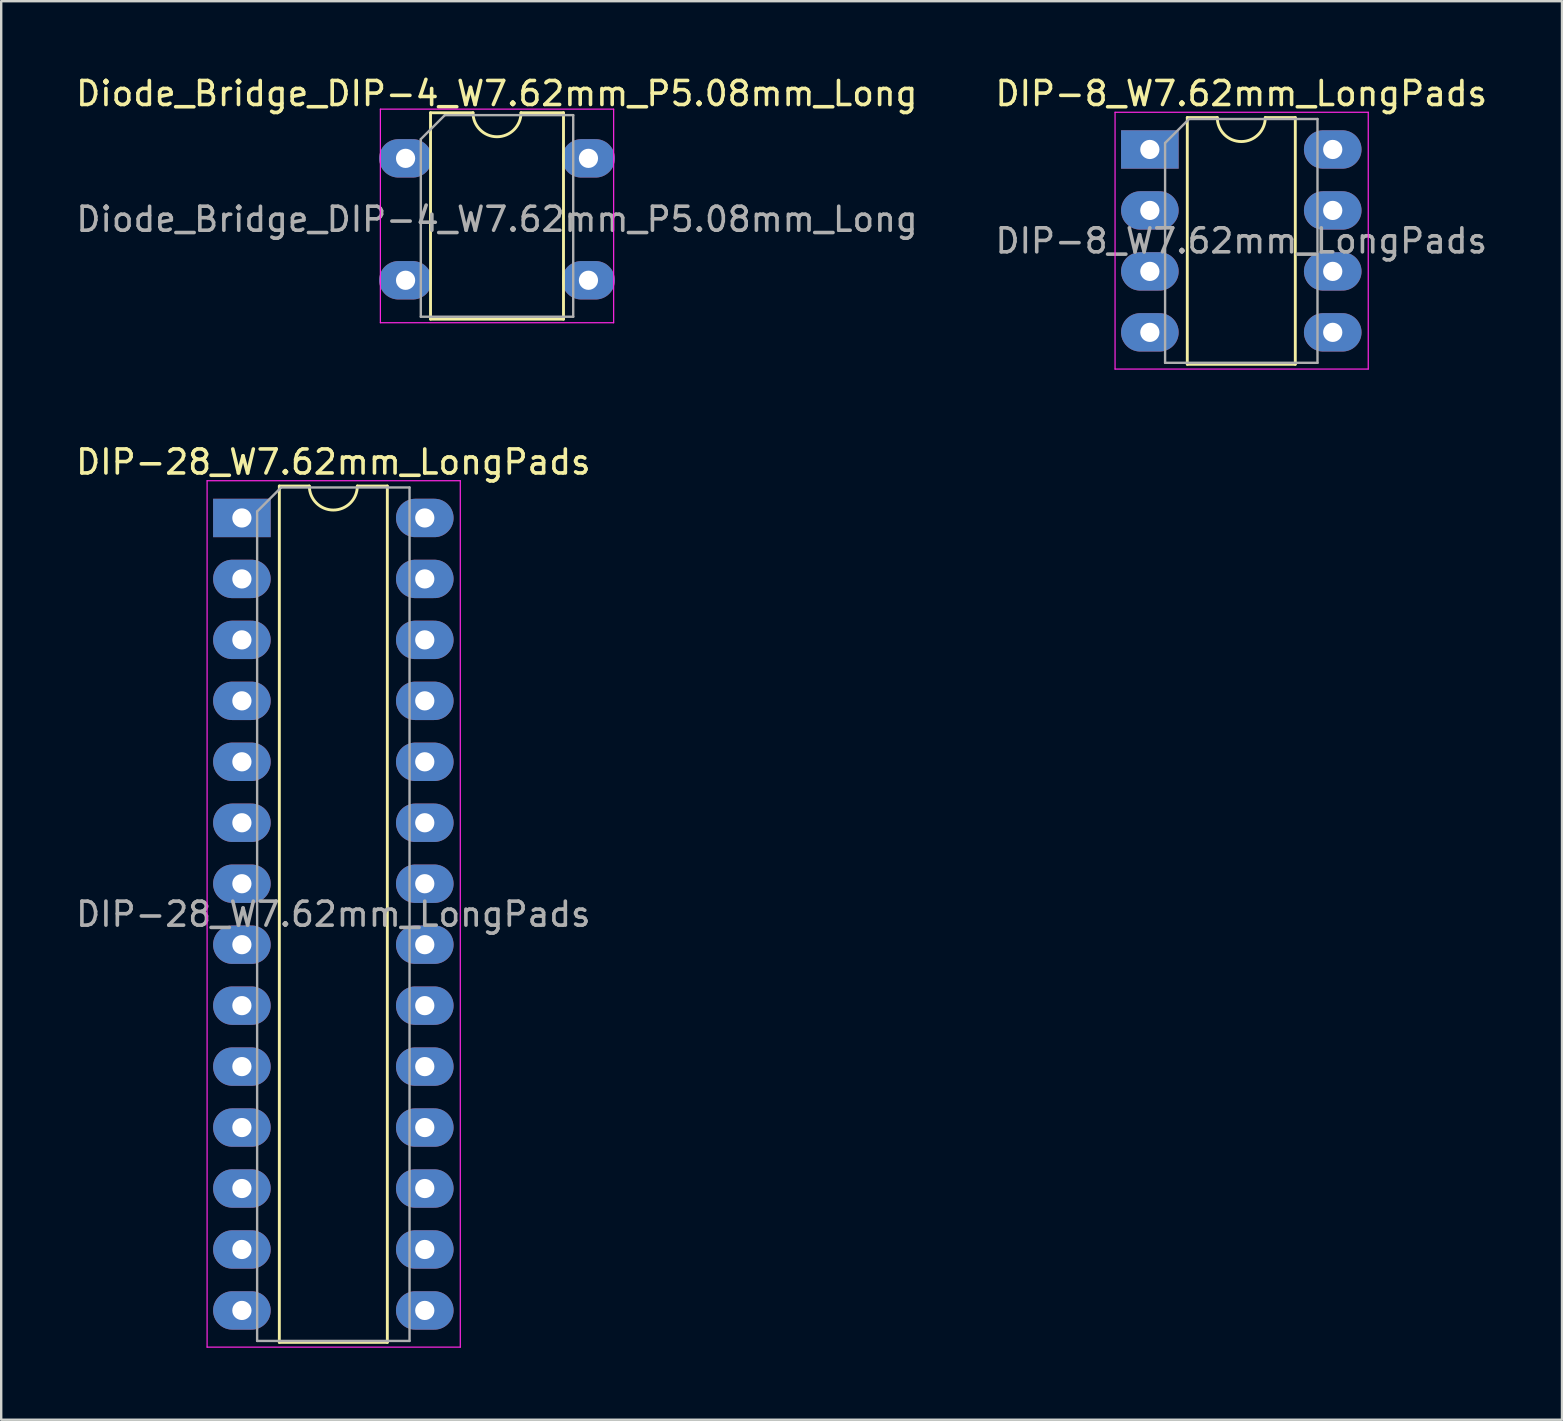
<source format=kicad_pcb>
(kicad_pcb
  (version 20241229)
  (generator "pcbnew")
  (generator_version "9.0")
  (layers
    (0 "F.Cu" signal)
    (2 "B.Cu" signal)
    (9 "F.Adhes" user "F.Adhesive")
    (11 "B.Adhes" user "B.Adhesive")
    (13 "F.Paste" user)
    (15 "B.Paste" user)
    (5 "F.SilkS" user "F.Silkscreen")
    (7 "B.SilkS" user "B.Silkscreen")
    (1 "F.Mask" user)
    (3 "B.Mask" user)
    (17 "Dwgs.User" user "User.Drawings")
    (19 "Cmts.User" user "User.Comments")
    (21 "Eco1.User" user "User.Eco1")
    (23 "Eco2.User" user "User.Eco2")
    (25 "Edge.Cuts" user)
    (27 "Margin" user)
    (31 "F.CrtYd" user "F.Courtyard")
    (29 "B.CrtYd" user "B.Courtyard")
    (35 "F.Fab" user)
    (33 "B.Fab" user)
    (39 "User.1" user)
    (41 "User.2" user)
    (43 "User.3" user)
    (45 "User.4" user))
  (footprint "DIP-28_W7.62mm_LongPads"
    (layer "F.Cu")
    (at 7.029 18.532)
    (property "Reference" "DIP-28_W7.62mm_LongPads" (at 3.81 -2.33 0) (layer "F.SilkS") (effects (font (size 1 1) (thickness 0.15))))
    (attr through_hole)
    (fp_line (start 1.56 -1.33) (end 1.56 34.35) (stroke (width 0.12) (type solid)) (layer "F.SilkS"))
    (fp_line (start 1.56 34.35) (end 6.06 34.35) (stroke (width 0.12) (type solid)) (layer "F.SilkS"))
    (fp_line (start 2.81 -1.33) (end 1.56 -1.33) (stroke (width 0.12) (type solid)) (layer "F.SilkS"))
    (fp_line (start 6.06 -1.33) (end 4.81 -1.33) (stroke (width 0.12) (type solid)) (layer "F.SilkS"))
    (fp_line (start 6.06 34.35) (end 6.06 -1.33) (stroke (width 0.12) (type solid)) (layer "F.SilkS"))
    (fp_arc (start 4.81 -1.33) (mid 3.81 -0.33) (end 2.81 -1.33) (stroke (width 0.12) (type solid)) (layer "F.SilkS"))
    (fp_line (start -1.45 -1.55) (end -1.45 34.55) (stroke (width 0.05) (type solid)) (layer "F.CrtYd"))
    (fp_line (start -1.45 34.55) (end 9.1 34.55) (stroke (width 0.05) (type solid)) (layer "F.CrtYd"))
    (fp_line (start 9.1 -1.55) (end -1.45 -1.55) (stroke (width 0.05) (type solid)) (layer "F.CrtYd"))
    (fp_line (start 9.1 34.55) (end 9.1 -1.55) (stroke (width 0.05) (type solid)) (layer "F.CrtYd"))
    (fp_line (start 0.635 -0.27) (end 1.635 -1.27) (stroke (width 0.1) (type solid)) (layer "F.Fab"))
    (fp_line (start 0.635 34.29) (end 0.635 -0.27) (stroke (width 0.1) (type solid)) (layer "F.Fab"))
    (fp_line (start 1.635 -1.27) (end 6.985 -1.27) (stroke (width 0.1) (type solid)) (layer "F.Fab"))
    (fp_line (start 6.985 -1.27) (end 6.985 34.29) (stroke (width 0.1) (type solid)) (layer "F.Fab"))
    (fp_line (start 6.985 34.29) (end 0.635 34.29) (stroke (width 0.1) (type solid)) (layer "F.Fab"))
    (fp_text user "${REFERENCE}" (at 3.81 16.51 0) (layer "F.Fab") (effects (font (size 1 1) (thickness 0.15))))
    (pad "1" thru_hole rect (at 0 0) (size 2.4 1.6) (drill 0.8) (layers "*.Cu" "*.Mask"))
    (pad "2" thru_hole oval (at 0 2.54) (size 2.4 1.6) (drill 0.8) (layers "*.Cu" "*.Mask"))
    (pad "3" thru_hole oval (at 0 5.08) (size 2.4 1.6) (drill 0.8) (layers "*.Cu" "*.Mask"))
    (pad "4" thru_hole oval (at 0 7.62) (size 2.4 1.6) (drill 0.8) (layers "*.Cu" "*.Mask"))
    (pad "5" thru_hole oval (at 0 10.16) (size 2.4 1.6) (drill 0.8) (layers "*.Cu" "*.Mask"))
    (pad "6" thru_hole oval (at 0 12.7) (size 2.4 1.6) (drill 0.8) (layers "*.Cu" "*.Mask"))
    (pad "7" thru_hole oval (at 0 15.24) (size 2.4 1.6) (drill 0.8) (layers "*.Cu" "*.Mask"))
    (pad "8" thru_hole oval (at 0 17.78) (size 2.4 1.6) (drill 0.8) (layers "*.Cu" "*.Mask"))
    (pad "9" thru_hole oval (at 0 20.32) (size 2.4 1.6) (drill 0.8) (layers "*.Cu" "*.Mask"))
    (pad "10" thru_hole oval (at 0 22.86) (size 2.4 1.6) (drill 0.8) (layers "*.Cu" "*.Mask"))
    (pad "11" thru_hole oval (at 0 25.4) (size 2.4 1.6) (drill 0.8) (layers "*.Cu" "*.Mask"))
    (pad "12" thru_hole oval (at 0 27.94) (size 2.4 1.6) (drill 0.8) (layers "*.Cu" "*.Mask"))
    (pad "13" thru_hole oval (at 0 30.48) (size 2.4 1.6) (drill 0.8) (layers "*.Cu" "*.Mask"))
    (pad "14" thru_hole oval (at 0 33.02) (size 2.4 1.6) (drill 0.8) (layers "*.Cu" "*.Mask"))
    (pad "15" thru_hole oval (at 7.62 33.02) (size 2.4 1.6) (drill 0.8) (layers "*.Cu" "*.Mask"))
    (pad "16" thru_hole oval (at 7.62 30.48) (size 2.4 1.6) (drill 0.8) (layers "*.Cu" "*.Mask"))
    (pad "17" thru_hole oval (at 7.62 27.94) (size 2.4 1.6) (drill 0.8) (layers "*.Cu" "*.Mask"))
    (pad "18" thru_hole oval (at 7.62 25.4) (size 2.4 1.6) (drill 0.8) (layers "*.Cu" "*.Mask"))
    (pad "19" thru_hole oval (at 7.62 22.86) (size 2.4 1.6) (drill 0.8) (layers "*.Cu" "*.Mask"))
    (pad "20" thru_hole oval (at 7.62 20.32) (size 2.4 1.6) (drill 0.8) (layers "*.Cu" "*.Mask"))
    (pad "21" thru_hole oval (at 7.62 17.78) (size 2.4 1.6) (drill 0.8) (layers "*.Cu" "*.Mask"))
    (pad "22" thru_hole oval (at 7.62 15.24) (size 2.4 1.6) (drill 0.8) (layers "*.Cu" "*.Mask"))
    (pad "23" thru_hole oval (at 7.62 12.7) (size 2.4 1.6) (drill 0.8) (layers "*.Cu" "*.Mask"))
    (pad "24" thru_hole oval (at 7.62 10.16) (size 2.4 1.6) (drill 0.8) (layers "*.Cu" "*.Mask"))
    (pad "25" thru_hole oval (at 7.62 7.62) (size 2.4 1.6) (drill 0.8) (layers "*.Cu" "*.Mask"))
    (pad "26" thru_hole oval (at 7.62 5.08) (size 2.4 1.6) (drill 0.8) (layers "*.Cu" "*.Mask"))
    (pad "27" thru_hole oval (at 7.62 2.54) (size 2.4 1.6) (drill 0.8) (layers "*.Cu" "*.Mask"))
    (pad "28" thru_hole oval (at 7.62 0) (size 2.4 1.6) (drill 0.8) (layers "*.Cu" "*.Mask")))
  (footprint "DIP-8_W7.62mm_LongPads"
    (layer "F.Cu")
    (at 44.861 3.178)
    (property "Reference" "DIP-8_W7.62mm_LongPads" (at 3.81 -2.33 0) (layer "F.SilkS") (effects (font (size 1 1) (thickness 0.15))))
    (attr through_hole)
    (fp_line (start 1.56 -1.33) (end 1.56 8.95) (stroke (width 0.12) (type solid)) (layer "F.SilkS"))
    (fp_line (start 1.56 8.95) (end 6.06 8.95) (stroke (width 0.12) (type solid)) (layer "F.SilkS"))
    (fp_line (start 2.81 -1.33) (end 1.56 -1.33) (stroke (width 0.12) (type solid)) (layer "F.SilkS"))
    (fp_line (start 6.06 -1.33) (end 4.81 -1.33) (stroke (width 0.12) (type solid)) (layer "F.SilkS"))
    (fp_line (start 6.06 8.95) (end 6.06 -1.33) (stroke (width 0.12) (type solid)) (layer "F.SilkS"))
    (fp_arc (start 4.81 -1.33) (mid 3.81 -0.33) (end 2.81 -1.33) (stroke (width 0.12) (type solid)) (layer "F.SilkS"))
    (fp_line (start -1.45 -1.55) (end -1.45 9.15) (stroke (width 0.05) (type solid)) (layer "F.CrtYd"))
    (fp_line (start -1.45 9.15) (end 9.1 9.15) (stroke (width 0.05) (type solid)) (layer "F.CrtYd"))
    (fp_line (start 9.1 -1.55) (end -1.45 -1.55) (stroke (width 0.05) (type solid)) (layer "F.CrtYd"))
    (fp_line (start 9.1 9.15) (end 9.1 -1.55) (stroke (width 0.05) (type solid)) (layer "F.CrtYd"))
    (fp_line (start 0.635 -0.27) (end 1.635 -1.27) (stroke (width 0.1) (type solid)) (layer "F.Fab"))
    (fp_line (start 0.635 8.89) (end 0.635 -0.27) (stroke (width 0.1) (type solid)) (layer "F.Fab"))
    (fp_line (start 1.635 -1.27) (end 6.985 -1.27) (stroke (width 0.1) (type solid)) (layer "F.Fab"))
    (fp_line (start 6.985 -1.27) (end 6.985 8.89) (stroke (width 0.1) (type solid)) (layer "F.Fab"))
    (fp_line (start 6.985 8.89) (end 0.635 8.89) (stroke (width 0.1) (type solid)) (layer "F.Fab"))
    (fp_text user "${REFERENCE}" (at 3.81 3.81 0) (layer "F.Fab") (effects (font (size 1 1) (thickness 0.15))))
    (pad "1" thru_hole rect (at 0 0) (size 2.4 1.6) (drill 0.8) (layers "*.Cu" "*.Mask"))
    (pad "2" thru_hole oval (at 0 2.54) (size 2.4 1.6) (drill 0.8) (layers "*.Cu" "*.Mask"))
    (pad "3" thru_hole oval (at 0 5.08) (size 2.4 1.6) (drill 0.8) (layers "*.Cu" "*.Mask"))
    (pad "4" thru_hole oval (at 0 7.62) (size 2.4 1.6) (drill 0.8) (layers "*.Cu" "*.Mask"))
    (pad "5" thru_hole oval (at 7.62 7.62) (size 2.4 1.6) (drill 0.8) (layers "*.Cu" "*.Mask"))
    (pad "6" thru_hole oval (at 7.62 5.08) (size 2.4 1.6) (drill 0.8) (layers "*.Cu" "*.Mask"))
    (pad "7" thru_hole oval (at 7.62 2.54) (size 2.4 1.6) (drill 0.8) (layers "*.Cu" "*.Mask"))
    (pad "8" thru_hole oval (at 7.62 0) (size 2.4 1.6) (drill 0.8) (layers "*.Cu" "*.Mask")))
  (footprint "Diode_Bridge_DIP-4_W7.62mm_P5.08mm_Long"
    (layer "F.Cu")
    (at 13.849 3.548)
    (property "Reference" "Diode_Bridge_DIP-4_W7.62mm_P5.08mm_Long" (at 3.8 -2.7 0) (layer "F.SilkS") (effects (font (size 1 1) (thickness 0.15))))
    (attr through_hole)
    (fp_line (start 1.04 -1.9) (end 1.04 6.7) (stroke (width 0.12) (type solid)) (layer "F.SilkS"))
    (fp_line (start 1.04 6.7) (end 6.58 6.7) (stroke (width 0.12) (type solid)) (layer "F.SilkS"))
    (fp_line (start 2.81 -1.9) (end 1.04 -1.9) (stroke (width 0.12) (type solid)) (layer "F.SilkS"))
    (fp_line (start 6.58 -1.9) (end 4.81 -1.9) (stroke (width 0.12) (type solid)) (layer "F.SilkS"))
    (fp_line (start 6.58 6.7) (end 6.58 -1.9) (stroke (width 0.12) (type solid)) (layer "F.SilkS"))
    (fp_arc (start 4.81 -1.9) (mid 3.81 -0.9) (end 2.81 -1.9) (stroke (width 0.12) (type solid)) (layer "F.SilkS"))
    (fp_line (start -1.05 -2.05) (end -1.05 6.85) (stroke (width 0.05) (type solid)) (layer "F.CrtYd"))
    (fp_line (start -1.05 -2.05) (end 8.67 -2.05) (stroke (width 0.05) (type solid)) (layer "F.CrtYd"))
    (fp_line (start 8.67 6.85) (end -1.05 6.85) (stroke (width 0.05) (type solid)) (layer "F.CrtYd"))
    (fp_line (start 8.67 6.85) (end 8.67 -2.05) (stroke (width 0.05) (type solid)) (layer "F.CrtYd"))
    (fp_line (start 0.635 -0.8) (end 1.635 -1.8) (stroke (width 0.1) (type solid)) (layer "F.Fab"))
    (fp_line (start 0.635 6.6) (end 0.635 -0.8) (stroke (width 0.1) (type solid)) (layer "F.Fab"))
    (fp_line (start 1.635 -1.8) (end 6.985 -1.8) (stroke (width 0.1) (type solid)) (layer "F.Fab"))
    (fp_line (start 6.985 -1.8) (end 6.985 6.6) (stroke (width 0.1) (type solid)) (layer "F.Fab"))
    (fp_line (start 6.985 6.6) (end 0.635 6.6) (stroke (width 0.1) (type solid)) (layer "F.Fab"))
    (fp_text user "${REFERENCE}" (at 3.81 2.54 0) (layer "F.Fab") (effects (font (size 1 1) (thickness 0.15))))
    (pad "1" thru_hole oval (at 0 0) (size 2.2 1.6) (drill 0.8) (layers "*.Cu" "*.Mask"))
    (pad "2" thru_hole oval (at 0 5.08) (size 2.2 1.6) (drill 0.8) (layers "*.Cu" "*.Mask"))
    (pad "3" thru_hole oval (at 7.62 5.08) (size 2.2 1.6) (drill 0.8) (layers "*.Cu" "*.Mask"))
    (pad "4" thru_hole oval (at 7.62 0) (size 2.2 1.6) (drill 0.8) (layers "*.Cu" "*.Mask")))
  (gr_rect
    (start -3 -3)
    (end 62.034 56.106)
    (stroke (width 0.1) (type default))
    (fill no)
    (layer "Edge.Cuts")))
</source>
